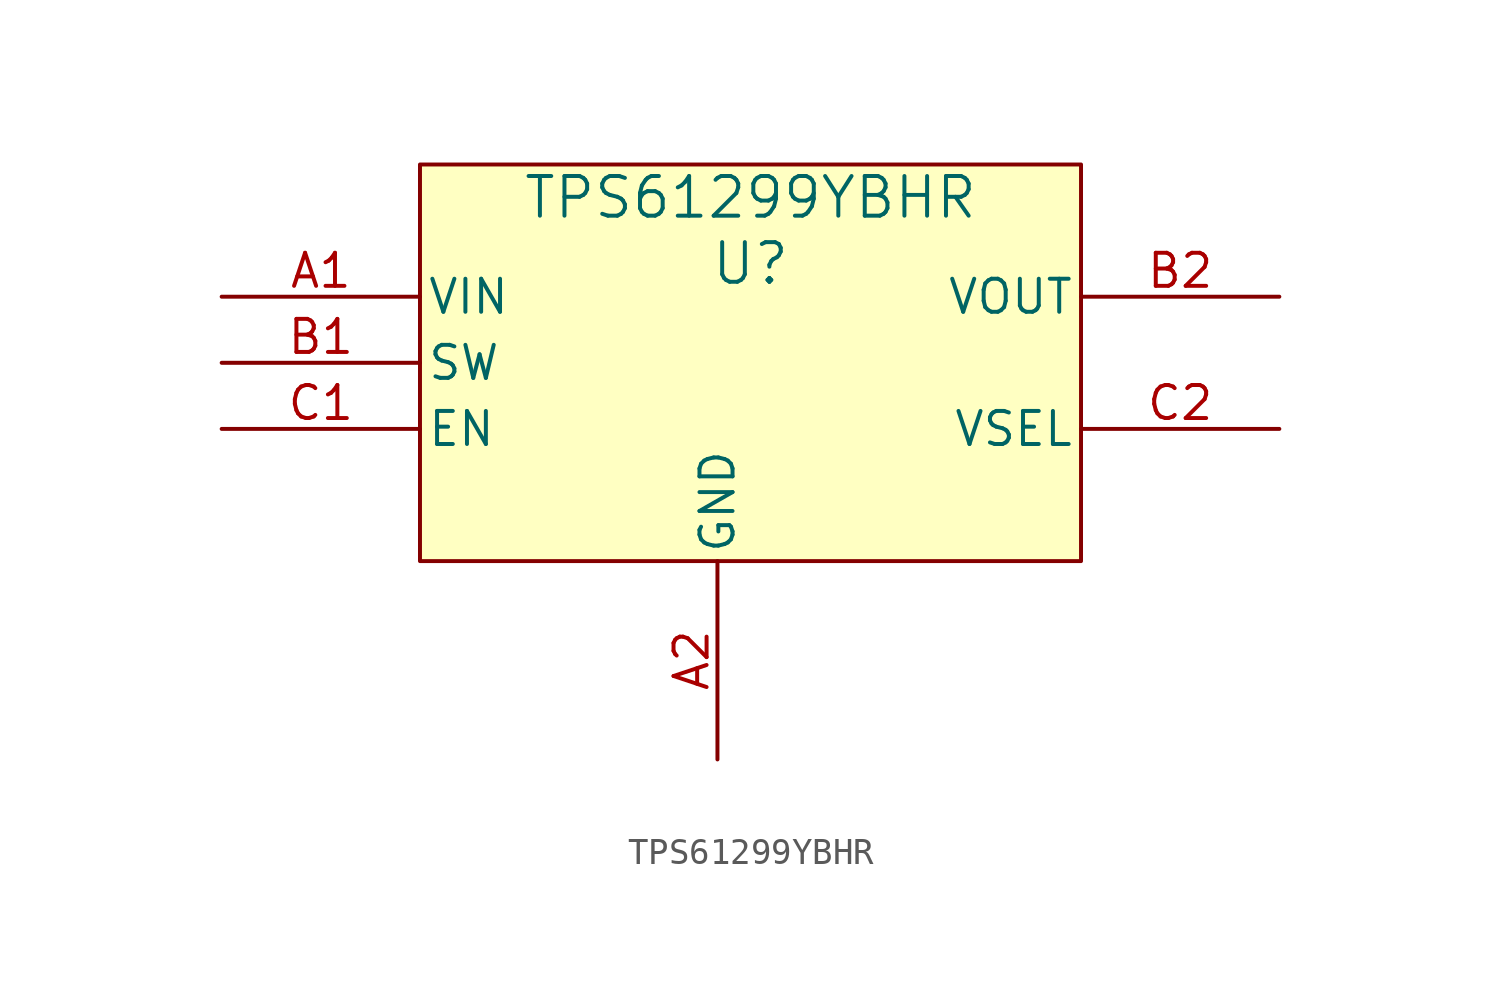
<source format=kicad_sym>
(kicad_symbol_lib
  (version 20220914)
  (generator kicad_symbol_editor)
  (symbol "TPS61299YBHR"
    (pin_names
      (offset 0.254))
    (property "Reference" "U"
      (at 20.32 1.27 0)
      (effects (font (size 1.524 1.524))))
    (property "Value" "TPS61299YBHR"
      (at 20.32 3.81 0)
      (effects (font (size 1.524 1.524))))
    (property "ki_locked" ""
      (at 0 0 0)
      (effects (font (size 1.27 1.27))))
    (symbol "TPS61299YBHR_0_1"
      (pin power_in line (at 0 0 0) (length 7.62) (name "VIN" (effects (font (size 1.27 1.27)))) (number "A1" (effects (font (size 1.27 1.27))))))
    (symbol "TPS61299YBHR_1_1"
      (rectangle (start 7.62 5.08) (end 33.02 -10.16) (stroke (width 0) (type default)) (fill (type background)))
      (pin power_out line (at 19.05 -17.78 90) (length 7.62) (name "GND" (effects (font (size 1.27 1.27)))) (number "A2" (effects (font (size 1.27 1.27)))))
      (pin input line (at 0 -2.54 0) (length 7.62) (name "SW" (effects (font (size 1.27 1.27)))) (number "B1" (effects (font (size 1.27 1.27)))))
      (pin power_in line (at 40.64 0 180) (length 7.62) (name "VOUT" (effects (font (size 1.27 1.27)))) (number "B2" (effects (font (size 1.27 1.27)))))
      (pin input line (at 0 -5.08 0) (length 7.62) (name "EN" (effects (font (size 1.27 1.27)))) (number "C1" (effects (font (size 1.27 1.27)))))
      (pin input line (at 40.64 -5.08 180) (length 7.62) (name "VSEL" (effects (font (size 1.27 1.27)))) (number "C2" (effects (font (size 1.27 1.27))))))))
</source>
